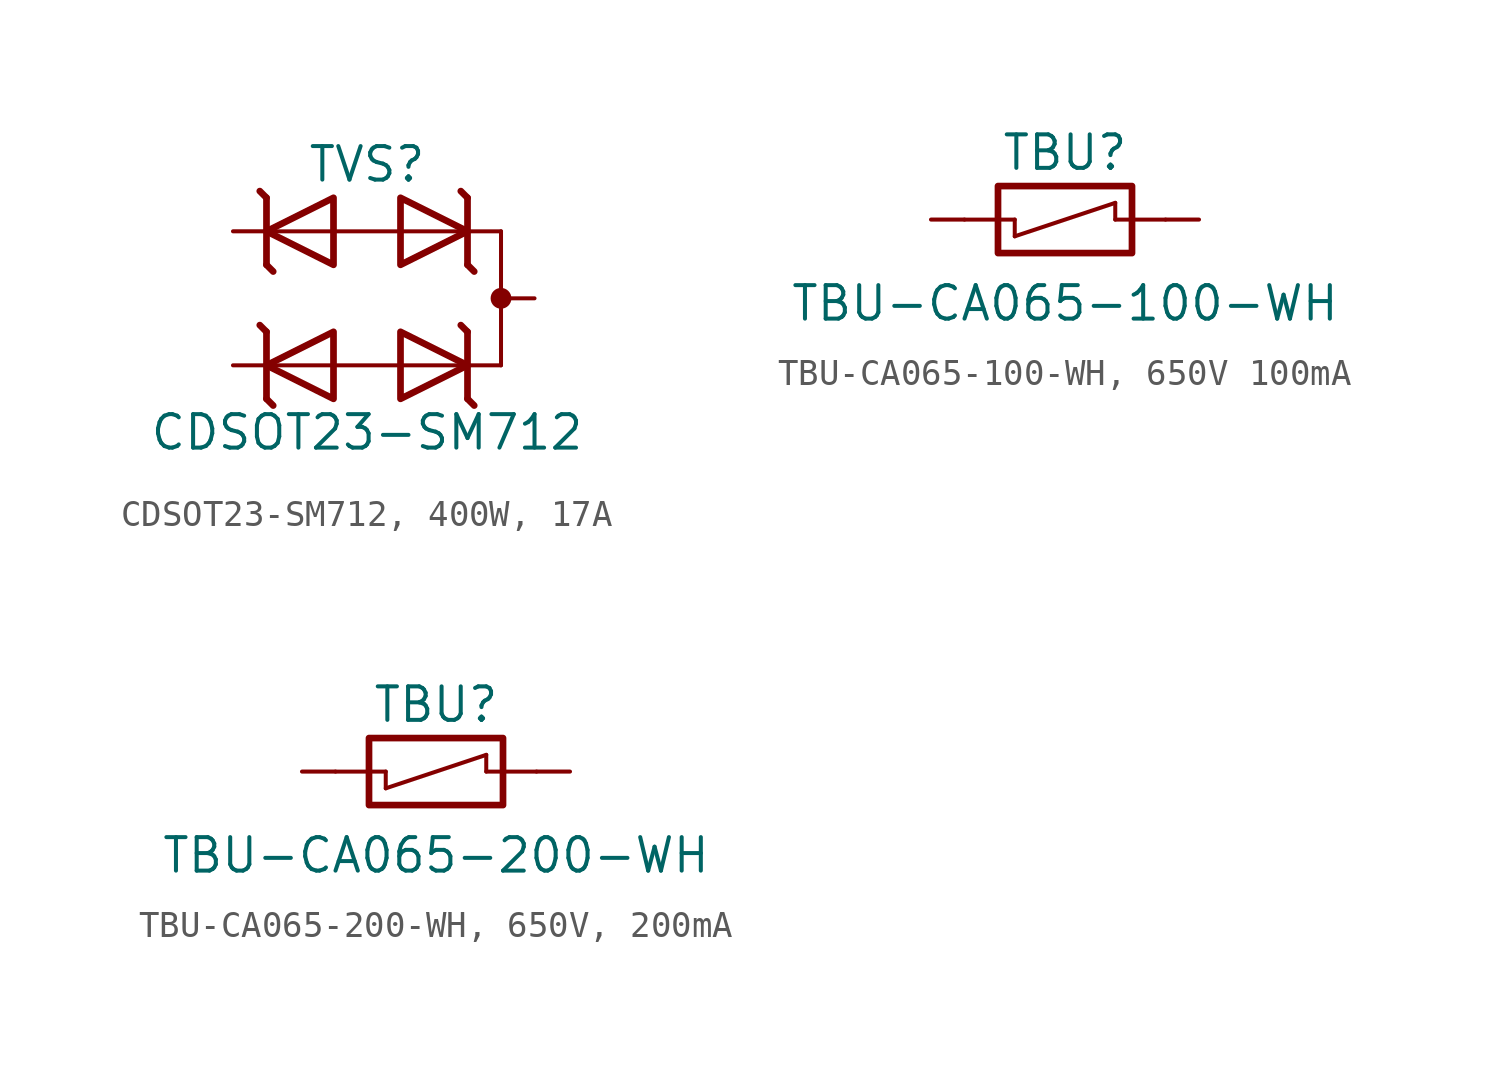
<source format=kicad_sym>
(kicad_symbol_lib
  (version 20231120)
  (generator "kicad_symbol_editor")
  (generator_version "8.0")
  (symbol "CDSOT23-SM712, 400W, 17A"
    (pin_numbers hide)
    (pin_names
      (offset 0) hide)
    (property "Reference" "TVS"
      (at 0 5.08 0)
      (effects (font (size 1.27 1.27))))
    (property "Value" "CDSOT23-SM712"
      (at 0 -5.08 0)
      (effects (font (size 1.27 1.27))))
    (symbol "CDSOT23-SM712, 400W, 17A_0_0"
      (polyline (pts (xy -3.81 -2.54) (xy 5.08 -2.54)) (stroke (width 0.152) (type default)) (fill (type none)))
      (polyline (pts (xy -3.81 2.54) (xy 5.08 2.54)) (stroke (width 0.152) (type default)) (fill (type none)))
      (polyline (pts (xy 5.08 2.54) (xy 5.08 -2.54)) (stroke (width 0.152) (type default)) (fill (type none))))
    (symbol "CDSOT23-SM712, 400W, 17A_0_1"
      (polyline (pts (xy -4.064 -1.016) (xy -3.81 -1.27)) (stroke (width 0.254) (type default)) (fill (type none)))
      (polyline (pts (xy -4.064 4.064) (xy -3.81 3.81)) (stroke (width 0.254) (type default)) (fill (type none)))
      (polyline (pts (xy -3.81 -3.81) (xy -3.81 -1.27)) (stroke (width 0.254) (type default)) (fill (type none)))
      (polyline (pts (xy -3.81 -3.81) (xy -3.556 -4.064)) (stroke (width 0.254) (type default)) (fill (type none)))
      (polyline (pts (xy -3.81 1.27) (xy -3.81 3.81)) (stroke (width 0.254) (type default)) (fill (type none)))
      (polyline (pts (xy -3.81 1.27) (xy -3.556 1.016)) (stroke (width 0.254) (type default)) (fill (type none)))
      (polyline (pts (xy 3.81 -1.27) (xy 3.556 -1.016)) (stroke (width 0.254) (type default)) (fill (type none)))
      (polyline (pts (xy 3.81 -1.27) (xy 3.81 -3.81)) (stroke (width 0.254) (type default)) (fill (type none)))
      (polyline (pts (xy 3.81 3.81) (xy 3.556 4.064)) (stroke (width 0.254) (type default)) (fill (type none)))
      (polyline (pts (xy 3.81 3.81) (xy 3.81 1.27)) (stroke (width 0.254) (type default)) (fill (type none)))
      (polyline (pts (xy 4.064 -4.064) (xy 3.81 -3.81)) (stroke (width 0.254) (type default)) (fill (type none)))
      (polyline (pts (xy 4.064 1.016) (xy 3.81 1.27)) (stroke (width 0.254) (type default)) (fill (type none)))
      (circle (center 5.08 0) (radius 0.318) (stroke (width 0) (type default)) (fill (type outline))))
    (symbol "CDSOT23-SM712, 400W, 17A_1_1"
      (polyline (pts (xy -1.27 -3.81) (xy -1.27 -1.27) (xy -3.81 -2.54) (xy -1.27 -3.81)) (stroke (width 0.254) (type default)) (fill (type none)))
      (polyline (pts (xy -1.27 1.27) (xy -1.27 3.81) (xy -3.81 2.54) (xy -1.27 1.27)) (stroke (width 0.254) (type default)) (fill (type none)))
      (polyline (pts (xy 1.27 -1.27) (xy 1.27 -3.81) (xy 3.81 -2.54) (xy 1.27 -1.27)) (stroke (width 0.254) (type default)) (fill (type none)))
      (polyline (pts (xy 1.27 3.81) (xy 1.27 1.27) (xy 3.81 2.54) (xy 1.27 3.81)) (stroke (width 0.254) (type default)) (fill (type none)))
      (pin passive line (at -5.08 2.54 0) (length 1.27) (name "1" (effects (font (size 1.27 1.27)))) (number "1" (effects (font (size 1.27 1.27)))))
      (pin passive line (at -5.08 -2.54 0) (length 1.27) (name "2" (effects (font (size 1.27 1.27)))) (number "2" (effects (font (size 1.27 1.27)))))
      (pin passive line (at 6.35 0 180) (length 1.27) (name "3" (effects (font (size 1.27 1.27)))) (number "3" (effects (font (size 1.27 1.27)))))))
  (symbol "TBU-CA065-100-WH, 650V 100mA"
    (pin_numbers hide)
    (pin_names
      (offset 0) hide)
    (property "Reference" "TBU"
      (at 0 2.54 0)
      (effects (font (size 1.27 1.27))))
    (property "Value" "TBU-CA065-100-WH"
      (at 0 -3.175 0)
      (effects (font (size 1.27 1.27))))
    (symbol "TBU-CA065-100-WH, 650V 100mA_0_0"
      (polyline (pts (xy -3.81 0) (xy -1.905 0)) (stroke (width 0.152) (type default)) (fill (type none)))
      (polyline (pts (xy -1.905 -0.635) (xy 1.905 0.635)) (stroke (width 0.152) (type default)) (fill (type none)))
      (polyline (pts (xy -1.905 0) (xy -1.905 -0.635)) (stroke (width 0.152) (type default)) (fill (type none)))
      (polyline (pts (xy 1.905 0) (xy 1.905 0.635)) (stroke (width 0.152) (type default)) (fill (type none)))
      (polyline (pts (xy 3.81 0) (xy 1.905 0)) (stroke (width 0.152) (type default)) (fill (type none))))
    (symbol "TBU-CA065-100-WH, 650V 100mA_0_1"
      (rectangle (start -2.54 1.27) (end 2.54 -1.27) (stroke (width 0.254) (type default)) (fill (type none))))
    (symbol "TBU-CA065-100-WH, 650V 100mA_1_1"
      (pin passive line (at -5.08 0 0) (length 1.27) (name "1" (effects (font (size 1.27 1.27)))) (number "1" (effects (font (size 1.27 1.27)))))
      (pin no_connect line (at 0 -2.54 90) (length 1.27) hide (name "2" (effects (font (size 1.27 1.27)))) (number "2" (effects (font (size 1.27 1.27)))))
      (pin passive line (at 5.08 0 180) (length 1.27) (name "3" (effects (font (size 1.27 1.27)))) (number "3" (effects (font (size 1.27 1.27)))))))
  (symbol "TBU-CA065-200-WH, 650V, 200mA"
    (pin_numbers hide)
    (pin_names
      (offset 0) hide)
    (property "Reference" "TBU"
      (at 0 2.54 0)
      (effects (font (size 1.27 1.27))))
    (property "Value" "TBU-CA065-200-WH"
      (at 0 -3.175 0)
      (effects (font (size 1.27 1.27))))
    (symbol "TBU-CA065-200-WH, 650V, 200mA_0_0"
      (polyline (pts (xy -3.81 0) (xy -1.905 0)) (stroke (width 0.152) (type default)) (fill (type none)))
      (polyline (pts (xy -1.905 -0.635) (xy 1.905 0.635)) (stroke (width 0.152) (type default)) (fill (type none)))
      (polyline (pts (xy -1.905 0) (xy -1.905 -0.635)) (stroke (width 0.152) (type default)) (fill (type none)))
      (polyline (pts (xy 1.905 0) (xy 1.905 0.635)) (stroke (width 0.152) (type default)) (fill (type none)))
      (polyline (pts (xy 3.81 0) (xy 1.905 0)) (stroke (width 0.152) (type default)) (fill (type none))))
    (symbol "TBU-CA065-200-WH, 650V, 200mA_0_1"
      (rectangle (start -2.54 1.27) (end 2.54 -1.27) (stroke (width 0.254) (type default)) (fill (type none))))
    (symbol "TBU-CA065-200-WH, 650V, 200mA_1_1"
      (pin passive line (at -5.08 0 0) (length 1.27) (name "1" (effects (font (size 1.27 1.27)))) (number "1" (effects (font (size 1.27 1.27)))))
      (pin no_connect line (at 0 -2.54 90) (length 1.27) hide (name "2" (effects (font (size 1.27 1.27)))) (number "2" (effects (font (size 1.27 1.27)))))
      (pin passive line (at 5.08 0 180) (length 1.27) (name "3" (effects (font (size 1.27 1.27)))) (number "3" (effects (font (size 1.27 1.27))))))))
</source>
